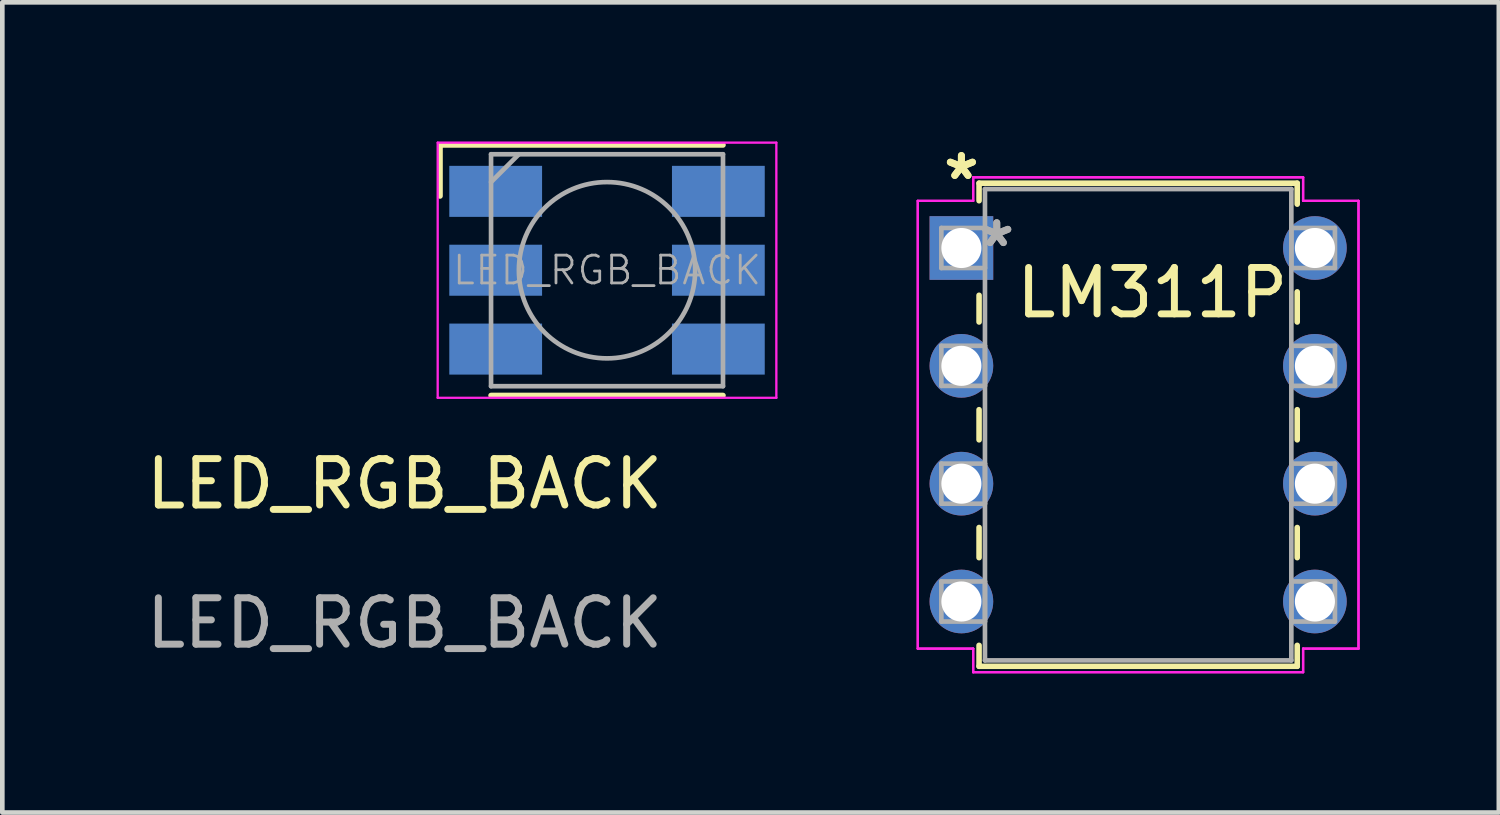
<source format=kicad_pcb>
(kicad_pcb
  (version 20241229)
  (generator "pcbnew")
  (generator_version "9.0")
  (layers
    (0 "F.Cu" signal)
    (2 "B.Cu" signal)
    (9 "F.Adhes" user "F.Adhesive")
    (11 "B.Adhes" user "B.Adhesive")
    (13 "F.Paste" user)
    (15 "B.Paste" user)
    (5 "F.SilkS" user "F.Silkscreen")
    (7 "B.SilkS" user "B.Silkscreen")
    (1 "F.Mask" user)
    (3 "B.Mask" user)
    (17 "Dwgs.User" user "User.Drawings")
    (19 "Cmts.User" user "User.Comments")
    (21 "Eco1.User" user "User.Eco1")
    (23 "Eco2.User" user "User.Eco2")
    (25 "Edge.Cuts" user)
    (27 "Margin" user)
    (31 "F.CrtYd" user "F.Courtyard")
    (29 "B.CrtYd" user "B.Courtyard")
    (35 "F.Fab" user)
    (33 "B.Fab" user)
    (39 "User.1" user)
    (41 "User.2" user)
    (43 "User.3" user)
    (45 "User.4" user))
  (footprint "LED_RGB_BACK"
    (layer "F.Cu")
    (at 5.673 7.881)
    (property "Reference" "LED_RGB_BACK" (at 0 -0.5 0) (unlocked yes) (layer "F.SilkS") (effects (font (size 1 1) (thickness 0.15))))
    (attr smd)
    (fp_line (start 0.762 -7.806) (end 6.862 -7.806) (stroke (width 0.12) (type solid)) (layer "F.SilkS"))
    (fp_line (start 0.762 -6.706) (end 0.762 -7.806) (stroke (width 0.12) (type solid)) (layer "F.SilkS"))
    (fp_line (start 6.862 -2.406) (end 1.862 -2.406) (stroke (width 0.12) (type solid)) (layer "F.SilkS"))
    (fp_line (start 0.712 -7.856) (end 0.712 -2.356) (stroke (width 0.05) (type solid)) (layer "F.CrtYd"))
    (fp_line (start 0.712 -2.356) (end 8.012 -2.356) (stroke (width 0.05) (type solid)) (layer "F.CrtYd"))
    (fp_line (start 8.012 -7.856) (end 0.712 -7.856) (stroke (width 0.05) (type solid)) (layer "F.CrtYd"))
    (fp_line (start 8.012 -2.356) (end 8.012 -7.856) (stroke (width 0.05) (type solid)) (layer "F.CrtYd"))
    (fp_line (start 1.862 -7.606) (end 1.862 -2.606) (stroke (width 0.1) (type solid)) (layer "F.Fab"))
    (fp_line (start 1.862 -7.006) (end 2.462 -7.606) (stroke (width 0.1) (type solid)) (layer "F.Fab"))
    (fp_line (start 1.862 -2.606) (end 6.862 -2.606) (stroke (width 0.1) (type solid)) (layer "F.Fab"))
    (fp_line (start 6.862 -7.606) (end 1.862 -7.606) (stroke (width 0.1) (type solid)) (layer "F.Fab"))
    (fp_line (start 6.862 -2.606) (end 6.862 -7.606) (stroke (width 0.1) (type solid)) (layer "F.Fab"))
    (fp_circle (center 4.362 -5.106) (end 4.362 -7.006) (stroke (width 0.1) (type solid)) (fill no) (layer "F.Fab"))
    (fp_text user "${REFERENCE}" (at 0 2.5 0) (unlocked yes) (layer "F.Fab") (effects (font (size 1 1) (thickness 0.15))))
    (fp_text user "${REFERENCE}" (at 4.362 -5.106 0) (layer "F.Fab") (effects (font (size 0.6 0.6) (thickness 0.06))))
    (pad "1" smd rect (at 6.762 -6.806 90) (size 1.1 2) (layers "B.Cu" "B.Mask" "B.Paste"))
    (pad "2" smd rect (at 6.762 -5.106 90) (size 1.1 2) (layers "B.Cu" "B.Mask" "B.Paste"))
    (pad "3" smd rect (at 6.762 -3.406 90) (size 1.1 2) (layers "B.Cu" "B.Mask" "B.Paste"))
    (pad "4" smd rect (at 1.962 -6.806 90) (size 1.1 2) (layers "B.Cu" "B.Mask" "B.Paste"))
    (pad "5" smd rect (at 1.962 -5.106 90) (size 1.1 2) (layers "B.Cu" "B.Mask" "B.Paste"))
    (pad "6" smd rect (at 1.962 -3.406 90) (size 1.1 2) (layers "B.Cu" "B.Mask" "B.Paste")))
  (footprint "LM311P"
    (layer "F.Cu")
    (at 17.674 2.296)
    (property "Reference" "LM311P" (at 4.115 0.965 0) (layer "F.SilkS") (effects (font (size 1 1) (thickness 0.15))))
    (attr through_hole)
    (fp_line (start 0.381 -1.397) (end 0.381 -1.019) (stroke (width 0.12) (type solid)) (layer "F.SilkS"))
    (fp_line (start 0.381 1.019) (end 0.381 1.595) (stroke (width 0.12) (type solid)) (layer "F.SilkS"))
    (fp_line (start 0.381 3.485) (end 0.381 4.135) (stroke (width 0.12) (type solid)) (layer "F.SilkS"))
    (fp_line (start 0.381 6.025) (end 0.381 6.675) (stroke (width 0.12) (type solid)) (layer "F.SilkS"))
    (fp_line (start 0.381 8.565) (end 0.381 9.017) (stroke (width 0.12) (type solid)) (layer "F.SilkS"))
    (fp_line (start 0.381 9.017) (end 7.239 9.017) (stroke (width 0.12) (type solid)) (layer "F.SilkS"))
    (fp_line (start 7.239 -1.397) (end 0.381 -1.397) (stroke (width 0.12) (type solid)) (layer "F.SilkS"))
    (fp_line (start 7.239 -0.945) (end 7.239 -1.397) (stroke (width 0.12) (type solid)) (layer "F.SilkS"))
    (fp_line (start 7.239 1.595) (end 7.239 0.945) (stroke (width 0.12) (type solid)) (layer "F.SilkS"))
    (fp_line (start 7.239 4.135) (end 7.239 3.485) (stroke (width 0.12) (type solid)) (layer "F.SilkS"))
    (fp_line (start 7.239 6.675) (end 7.239 6.025) (stroke (width 0.12) (type solid)) (layer "F.SilkS"))
    (fp_line (start 7.239 9.017) (end 7.239 8.565) (stroke (width 0.12) (type solid)) (layer "F.SilkS"))
    (fp_line (start -0.94 -1.016) (end -0.94 8.636) (stroke (width 0.05) (type solid)) (layer "F.CrtYd"))
    (fp_line (start -0.94 -1.016) (end 0.254 -1.016) (stroke (width 0.05) (type solid)) (layer "F.CrtYd"))
    (fp_line (start -0.94 8.636) (end -0.94 -1.016) (stroke (width 0.05) (type solid)) (layer "F.CrtYd"))
    (fp_line (start -0.94 8.636) (end 0.254 8.636) (stroke (width 0.05) (type solid)) (layer "F.CrtYd"))
    (fp_line (start 0.254 -1.524) (end 0.254 -1.016) (stroke (width 0.05) (type solid)) (layer "F.CrtYd"))
    (fp_line (start 0.254 -1.524) (end 7.366 -1.524) (stroke (width 0.05) (type solid)) (layer "F.CrtYd"))
    (fp_line (start 0.254 -1.016) (end -0.94 -1.016) (stroke (width 0.05) (type solid)) (layer "F.CrtYd"))
    (fp_line (start 0.254 -1.016) (end 0.254 -1.524) (stroke (width 0.05) (type solid)) (layer "F.CrtYd"))
    (fp_line (start 0.254 8.636) (end -0.94 8.636) (stroke (width 0.05) (type solid)) (layer "F.CrtYd"))
    (fp_line (start 0.254 8.636) (end 0.254 9.144) (stroke (width 0.05) (type solid)) (layer "F.CrtYd"))
    (fp_line (start 0.254 9.144) (end 0.254 8.636) (stroke (width 0.05) (type solid)) (layer "F.CrtYd"))
    (fp_line (start 0.254 9.144) (end 7.366 9.144) (stroke (width 0.05) (type solid)) (layer "F.CrtYd"))
    (fp_line (start 7.366 -1.524) (end 0.254 -1.524) (stroke (width 0.05) (type solid)) (layer "F.CrtYd"))
    (fp_line (start 7.366 -1.524) (end 7.366 -1.016) (stroke (width 0.05) (type solid)) (layer "F.CrtYd"))
    (fp_line (start 7.366 -1.016) (end 7.366 -1.524) (stroke (width 0.05) (type solid)) (layer "F.CrtYd"))
    (fp_line (start 7.366 8.636) (end 7.366 9.144) (stroke (width 0.05) (type solid)) (layer "F.CrtYd"))
    (fp_line (start 7.366 8.636) (end 8.56 8.636) (stroke (width 0.05) (type solid)) (layer "F.CrtYd"))
    (fp_line (start 7.366 9.144) (end 0.254 9.144) (stroke (width 0.05) (type solid)) (layer "F.CrtYd"))
    (fp_line (start 7.366 9.144) (end 7.366 8.636) (stroke (width 0.05) (type solid)) (layer "F.CrtYd"))
    (fp_line (start 8.56 -1.016) (end 7.366 -1.016) (stroke (width 0.05) (type solid)) (layer "F.CrtYd"))
    (fp_line (start 8.56 -1.016) (end 7.366 -1.016) (stroke (width 0.05) (type solid)) (layer "F.CrtYd"))
    (fp_line (start 8.56 -1.016) (end 8.56 8.636) (stroke (width 0.05) (type solid)) (layer "F.CrtYd"))
    (fp_line (start 8.56 8.636) (end 7.366 8.636) (stroke (width 0.05) (type solid)) (layer "F.CrtYd"))
    (fp_line (start 8.56 8.636) (end 8.56 -1.016) (stroke (width 0.05) (type solid)) (layer "F.CrtYd"))
    (fp_line (start -0.432 -0.432) (end -0.432 0.432) (stroke (width 0.1) (type solid)) (layer "F.Fab"))
    (fp_line (start -0.432 0.432) (end 0.508 0.432) (stroke (width 0.1) (type solid)) (layer "F.Fab"))
    (fp_line (start -0.432 2.108) (end -0.432 2.972) (stroke (width 0.1) (type solid)) (layer "F.Fab"))
    (fp_line (start -0.432 2.972) (end 0.508 2.972) (stroke (width 0.1) (type solid)) (layer "F.Fab"))
    (fp_line (start -0.432 4.648) (end -0.432 5.512) (stroke (width 0.1) (type solid)) (layer "F.Fab"))
    (fp_line (start -0.432 5.512) (end 0.508 5.512) (stroke (width 0.1) (type solid)) (layer "F.Fab"))
    (fp_line (start -0.432 7.188) (end -0.432 8.052) (stroke (width 0.1) (type solid)) (layer "F.Fab"))
    (fp_line (start -0.432 8.052) (end 0.508 8.052) (stroke (width 0.1) (type solid)) (layer "F.Fab"))
    (fp_line (start 0.508 -1.27) (end 0.508 8.89) (stroke (width 0.1) (type solid)) (layer "F.Fab"))
    (fp_line (start 0.508 -0.432) (end -0.432 -0.432) (stroke (width 0.1) (type solid)) (layer "F.Fab"))
    (fp_line (start 0.508 0.432) (end 0.508 -0.432) (stroke (width 0.1) (type solid)) (layer "F.Fab"))
    (fp_line (start 0.508 2.108) (end -0.432 2.108) (stroke (width 0.1) (type solid)) (layer "F.Fab"))
    (fp_line (start 0.508 2.972) (end 0.508 2.108) (stroke (width 0.1) (type solid)) (layer "F.Fab"))
    (fp_line (start 0.508 4.648) (end -0.432 4.648) (stroke (width 0.1) (type solid)) (layer "F.Fab"))
    (fp_line (start 0.508 5.512) (end 0.508 4.648) (stroke (width 0.1) (type solid)) (layer "F.Fab"))
    (fp_line (start 0.508 7.188) (end -0.432 7.188) (stroke (width 0.1) (type solid)) (layer "F.Fab"))
    (fp_line (start 0.508 8.052) (end 0.508 7.188) (stroke (width 0.1) (type solid)) (layer "F.Fab"))
    (fp_line (start 0.508 8.89) (end 7.112 8.89) (stroke (width 0.1) (type solid)) (layer "F.Fab"))
    (fp_line (start 7.112 -1.27) (end 0.508 -1.27) (stroke (width 0.1) (type solid)) (layer "F.Fab"))
    (fp_line (start 7.112 -0.432) (end 7.112 0.432) (stroke (width 0.1) (type solid)) (layer "F.Fab"))
    (fp_line (start 7.112 0.432) (end 8.052 0.432) (stroke (width 0.1) (type solid)) (layer "F.Fab"))
    (fp_line (start 7.112 2.108) (end 7.112 2.972) (stroke (width 0.1) (type solid)) (layer "F.Fab"))
    (fp_line (start 7.112 2.972) (end 8.052 2.972) (stroke (width 0.1) (type solid)) (layer "F.Fab"))
    (fp_line (start 7.112 4.648) (end 7.112 5.512) (stroke (width 0.1) (type solid)) (layer "F.Fab"))
    (fp_line (start 7.112 5.512) (end 8.052 5.512) (stroke (width 0.1) (type solid)) (layer "F.Fab"))
    (fp_line (start 7.112 7.188) (end 7.112 8.052) (stroke (width 0.1) (type solid)) (layer "F.Fab"))
    (fp_line (start 7.112 8.052) (end 8.052 8.052) (stroke (width 0.1) (type solid)) (layer "F.Fab"))
    (fp_line (start 7.112 8.89) (end 7.112 -1.27) (stroke (width 0.1) (type solid)) (layer "F.Fab"))
    (fp_line (start 8.052 -0.432) (end 7.112 -0.432) (stroke (width 0.1) (type solid)) (layer "F.Fab"))
    (fp_line (start 8.052 0.432) (end 8.052 -0.432) (stroke (width 0.1) (type solid)) (layer "F.Fab"))
    (fp_line (start 8.052 2.108) (end 7.112 2.108) (stroke (width 0.1) (type solid)) (layer "F.Fab"))
    (fp_line (start 8.052 2.972) (end 8.052 2.108) (stroke (width 0.1) (type solid)) (layer "F.Fab"))
    (fp_line (start 8.052 4.648) (end 7.112 4.648) (stroke (width 0.1) (type solid)) (layer "F.Fab"))
    (fp_line (start 8.052 5.512) (end 8.052 4.648) (stroke (width 0.1) (type solid)) (layer "F.Fab"))
    (fp_line (start 8.052 7.188) (end 7.112 7.188) (stroke (width 0.1) (type solid)) (layer "F.Fab"))
    (fp_line (start 8.052 8.052) (end 8.052 7.188) (stroke (width 0.1) (type solid)) (layer "F.Fab"))
    (fp_text user "*" (at 0 -1.448 0) (layer "F.SilkS") (effects (font (size 1 1) (thickness 0.15))))
    (fp_text user "*" (at 0 -1.448 0) (layer "F.SilkS") (effects (font (size 1 1) (thickness 0.15))))
    (fp_text user "*" (at 0.762 0 0) (layer "F.Fab") (effects (font (size 1 1) (thickness 0.15))))
    (fp_text user "*" (at 0.762 0 0) (layer "F.Fab") (effects (font (size 1 1) (thickness 0.15))))
    (pad "1" thru_hole rect (at 0 0) (size 1.372 1.372) (drill 0.864) (layers "*.Cu" "*.Mask"))
    (pad "2" thru_hole circle (at 0 2.54) (size 1.372 1.372) (drill 0.864) (layers "*.Cu" "*.Mask"))
    (pad "3" thru_hole circle (at 0 5.08) (size 1.372 1.372) (drill 0.864) (layers "*.Cu" "*.Mask"))
    (pad "4" thru_hole circle (at 0 7.62) (size 1.372 1.372) (drill 0.864) (layers "*.Cu" "*.Mask"))
    (pad "5" thru_hole circle (at 7.62 7.62) (size 1.372 1.372) (drill 0.864) (layers "*.Cu" "*.Mask"))
    (pad "6" thru_hole circle (at 7.62 5.08) (size 1.372 1.372) (drill 0.864) (layers "*.Cu" "*.Mask"))
    (pad "7" thru_hole circle (at 7.62 2.54) (size 1.372 1.372) (drill 0.864) (layers "*.Cu" "*.Mask"))
    (pad "8" thru_hole circle (at 7.62 0) (size 1.372 1.372) (drill 0.864) (layers "*.Cu" "*.Mask")))
  (gr_rect
    (start -3 -3)
    (end 29.259 14.465)
    (stroke (width 0.1) (type default))
    (fill no)
    (layer "Edge.Cuts")))
</source>
